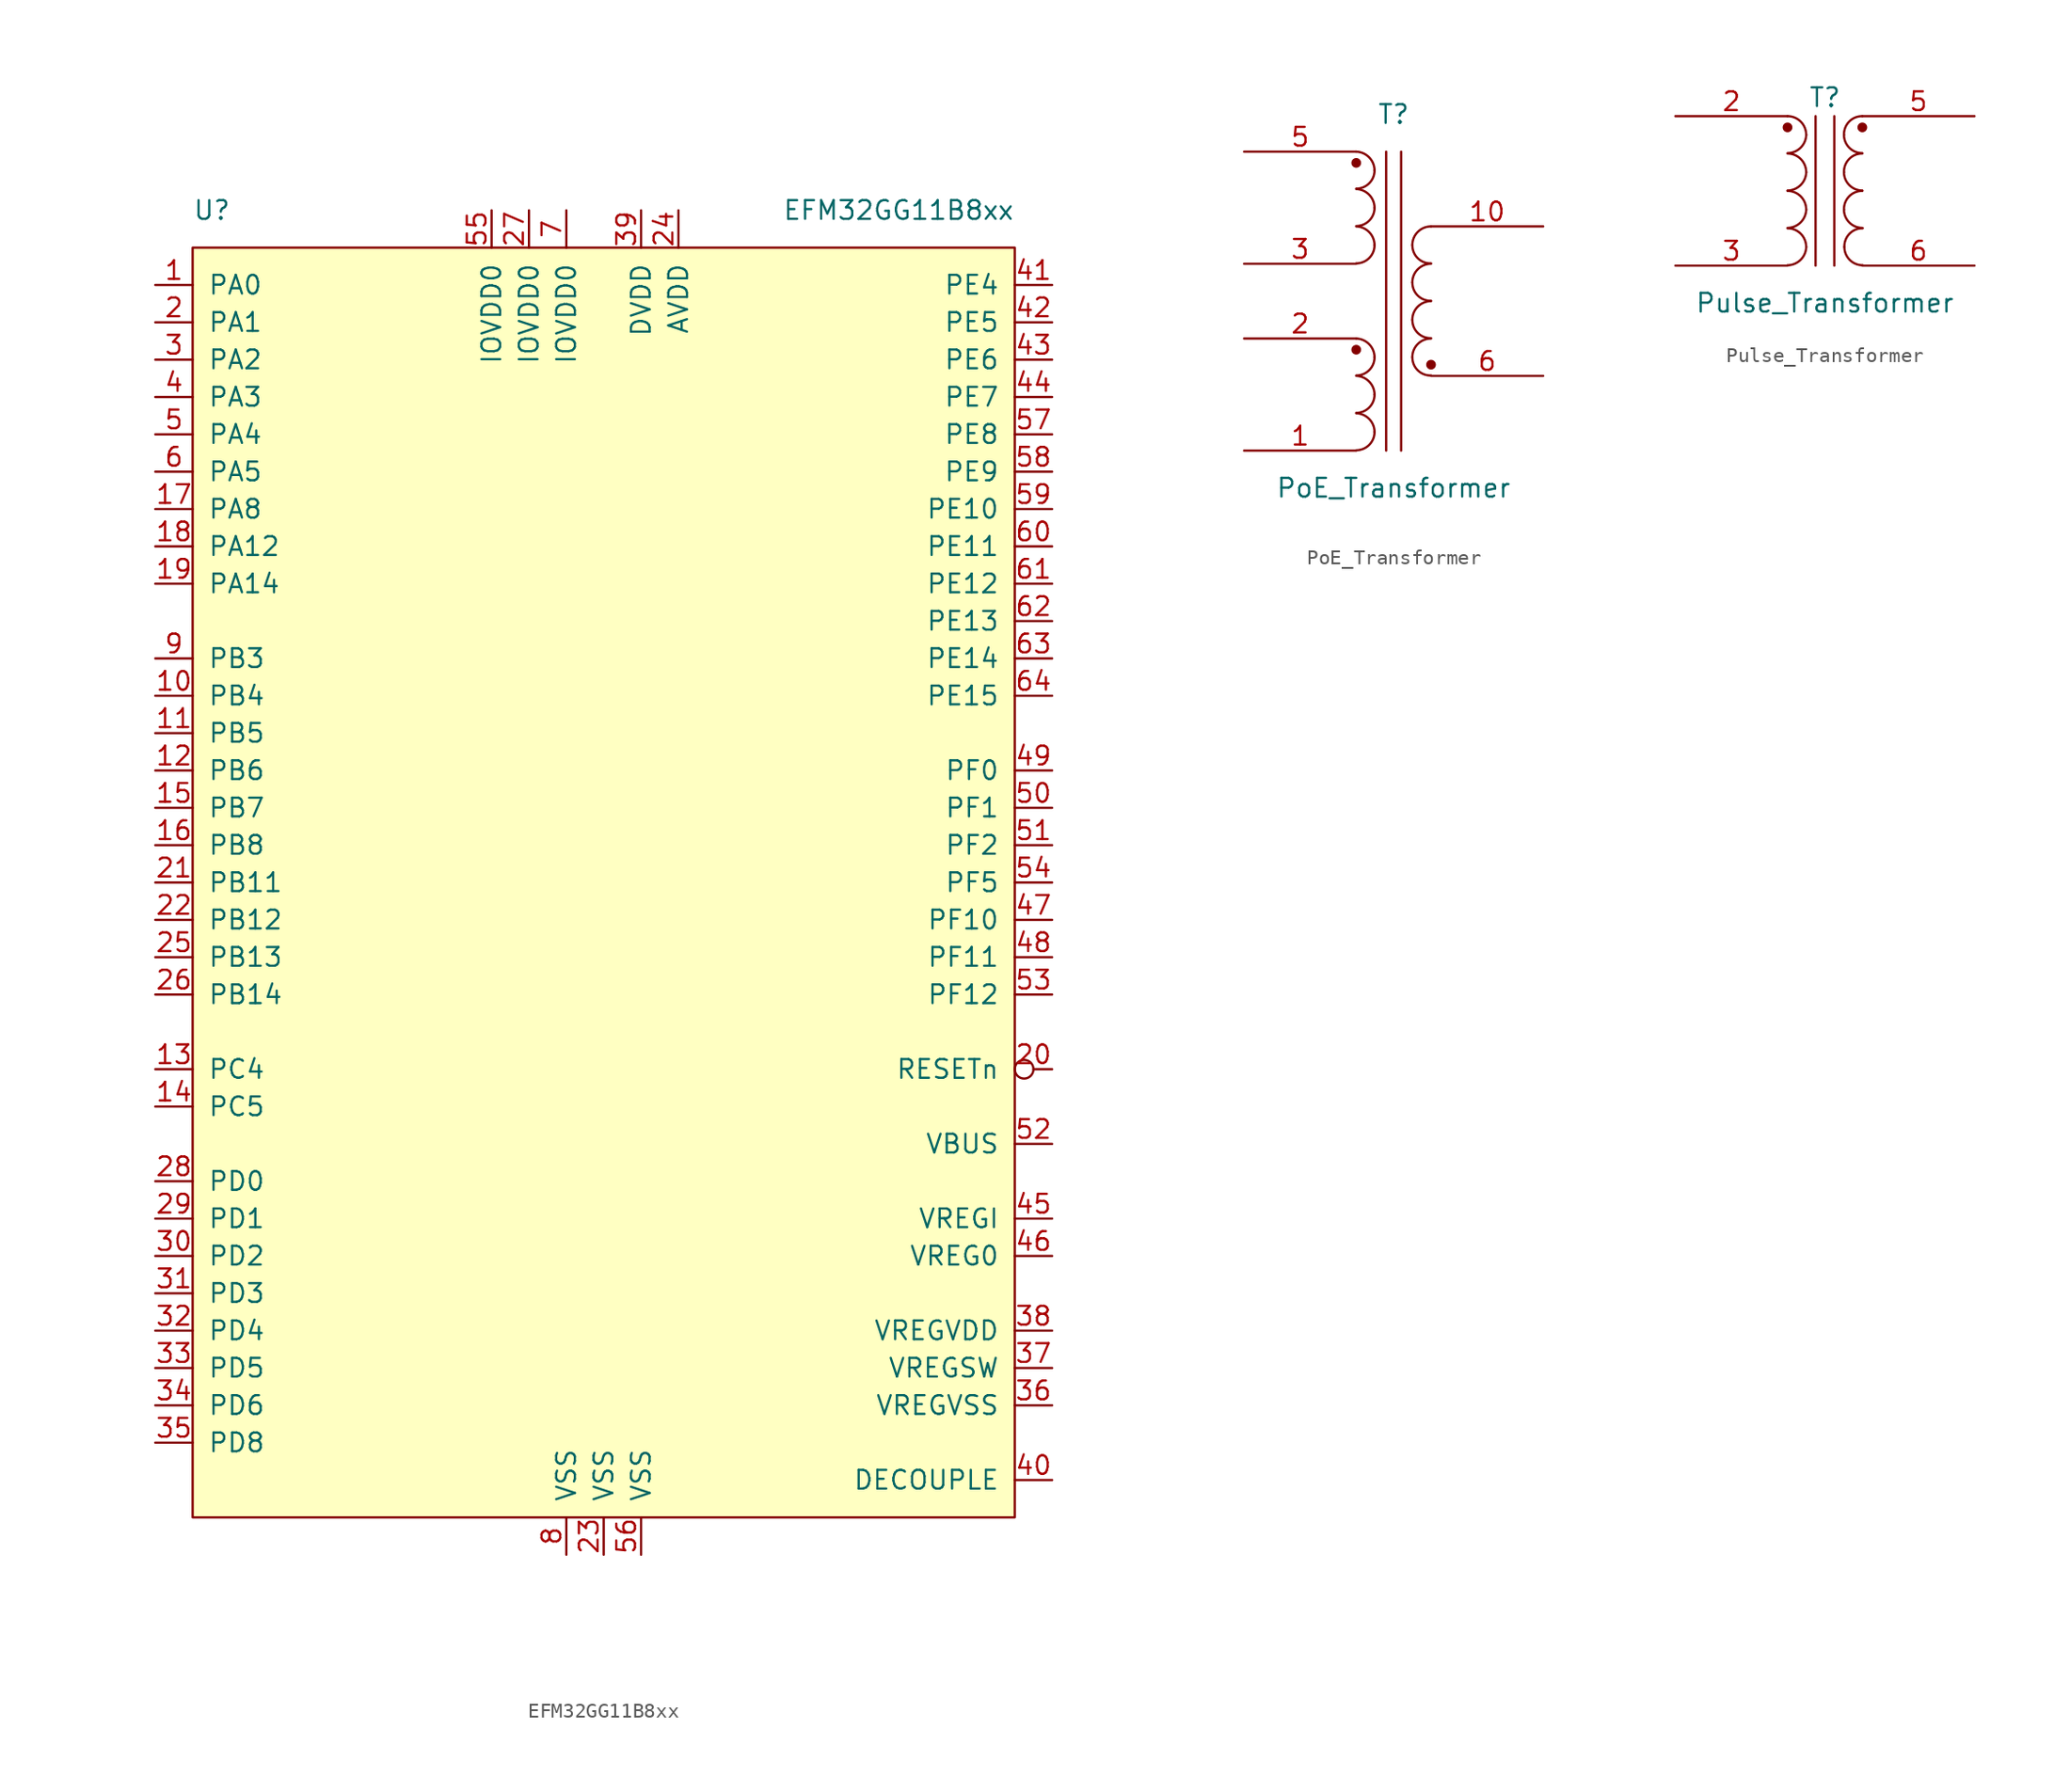
<source format=kicad_sym>
(kicad_symbol_lib
  (version 20211014)
  (generator kicad_symbol_editor)
  (symbol "EFM32GG11B8xx"
    (pin_names
      (offset 1.016))
    (property "Reference" "U"
      (at -27.94 45.72 0)
      (effects (font (size 1.27 1.27)) (justify left)))
    (property "Value" "EFM32GG11B8xx"
      (at 27.94 45.72 0)
      (effects (font (size 1.27 1.27)) (justify right)))
    (symbol "EFM32GG11B8xx_0_1"
      (rectangle (start -27.94 -43.18) (end 27.94 43.18) (stroke (width 0) (type default) (color 0 0 0 0)) (fill (type background))))
    (symbol "EFM32GG11B8xx_1_1"
      (pin bidirectional line (at -30.48 40.64 0) (length 2.54) (name "PA0" (effects (font (size 1.27 1.27)))) (number "1" (effects (font (size 1.27 1.27)))))
      (pin bidirectional line (at -30.48 12.7 0) (length 2.54) (name "PB4" (effects (font (size 1.27 1.27)))) (number "10" (effects (font (size 1.27 1.27)))))
      (pin bidirectional line (at -30.48 10.16 0) (length 2.54) (name "PB5" (effects (font (size 1.27 1.27)))) (number "11" (effects (font (size 1.27 1.27)))))
      (pin bidirectional line (at -30.48 7.62 0) (length 2.54) (name "PB6" (effects (font (size 1.27 1.27)))) (number "12" (effects (font (size 1.27 1.27)))))
      (pin bidirectional line (at -30.48 -12.7 0) (length 2.54) (name "PC4" (effects (font (size 1.27 1.27)))) (number "13" (effects (font (size 1.27 1.27)))))
      (pin bidirectional line (at -30.48 -15.24 0) (length 2.54) (name "PC5" (effects (font (size 1.27 1.27)))) (number "14" (effects (font (size 1.27 1.27)))))
      (pin bidirectional line (at -30.48 5.08 0) (length 2.54) (name "PB7" (effects (font (size 1.27 1.27)))) (number "15" (effects (font (size 1.27 1.27)))))
      (pin bidirectional line (at -30.48 2.54 0) (length 2.54) (name "PB8" (effects (font (size 1.27 1.27)))) (number "16" (effects (font (size 1.27 1.27)))))
      (pin bidirectional line (at -30.48 25.4 0) (length 2.54) (name "PA8" (effects (font (size 1.27 1.27)))) (number "17" (effects (font (size 1.27 1.27)))))
      (pin bidirectional line (at -30.48 22.86 0) (length 2.54) (name "PA12" (effects (font (size 1.27 1.27)))) (number "18" (effects (font (size 1.27 1.27)))))
      (pin bidirectional line (at -30.48 20.32 0) (length 2.54) (name "PA14" (effects (font (size 1.27 1.27)))) (number "19" (effects (font (size 1.27 1.27)))))
      (pin bidirectional line (at -30.48 38.1 0) (length 2.54) (name "PA1" (effects (font (size 1.27 1.27)))) (number "2" (effects (font (size 1.27 1.27)))))
      (pin input inverted (at 30.48 -12.7 180) (length 2.54) (name "RESETn" (effects (font (size 1.27 1.27)))) (number "20" (effects (font (size 1.27 1.27)))))
      (pin bidirectional line (at -30.48 0 0) (length 2.54) (name "PB11" (effects (font (size 1.27 1.27)))) (number "21" (effects (font (size 1.27 1.27)))))
      (pin bidirectional line (at -30.48 -2.54 0) (length 2.54) (name "PB12" (effects (font (size 1.27 1.27)))) (number "22" (effects (font (size 1.27 1.27)))))
      (pin power_in line (at 0 -45.72 90) (length 2.54) (name "VSS" (effects (font (size 1.27 1.27)))) (number "23" (effects (font (size 1.27 1.27)))))
      (pin power_in line (at 5.08 45.72 270) (length 2.54) (name "AVDD" (effects (font (size 1.27 1.27)))) (number "24" (effects (font (size 1.27 1.27)))))
      (pin bidirectional line (at -30.48 -5.08 0) (length 2.54) (name "PB13" (effects (font (size 1.27 1.27)))) (number "25" (effects (font (size 1.27 1.27)))))
      (pin bidirectional line (at -30.48 -7.62 0) (length 2.54) (name "PB14" (effects (font (size 1.27 1.27)))) (number "26" (effects (font (size 1.27 1.27)))))
      (pin power_in line (at -5.08 45.72 270) (length 2.54) (name "IOVDD0" (effects (font (size 1.27 1.27)))) (number "27" (effects (font (size 1.27 1.27)))))
      (pin bidirectional line (at -30.48 -20.32 0) (length 2.54) (name "PD0" (effects (font (size 1.27 1.27)))) (number "28" (effects (font (size 1.27 1.27)))))
      (pin bidirectional line (at -30.48 -22.86 0) (length 2.54) (name "PD1" (effects (font (size 1.27 1.27)))) (number "29" (effects (font (size 1.27 1.27)))))
      (pin bidirectional line (at -30.48 35.56 0) (length 2.54) (name "PA2" (effects (font (size 1.27 1.27)))) (number "3" (effects (font (size 1.27 1.27)))))
      (pin bidirectional line (at -30.48 -25.4 0) (length 2.54) (name "PD2" (effects (font (size 1.27 1.27)))) (number "30" (effects (font (size 1.27 1.27)))))
      (pin bidirectional line (at -30.48 -27.94 0) (length 2.54) (name "PD3" (effects (font (size 1.27 1.27)))) (number "31" (effects (font (size 1.27 1.27)))))
      (pin bidirectional line (at -30.48 -30.48 0) (length 2.54) (name "PD4" (effects (font (size 1.27 1.27)))) (number "32" (effects (font (size 1.27 1.27)))))
      (pin bidirectional line (at -30.48 -33.02 0) (length 2.54) (name "PD5" (effects (font (size 1.27 1.27)))) (number "33" (effects (font (size 1.27 1.27)))))
      (pin bidirectional line (at -30.48 -35.56 0) (length 2.54) (name "PD6" (effects (font (size 1.27 1.27)))) (number "34" (effects (font (size 1.27 1.27)))))
      (pin bidirectional line (at -30.48 -38.1 0) (length 2.54) (name "PD8" (effects (font (size 1.27 1.27)))) (number "35" (effects (font (size 1.27 1.27)))))
      (pin power_in line (at 30.48 -35.56 180) (length 2.54) (name "VREGVSS" (effects (font (size 1.27 1.27)))) (number "36" (effects (font (size 1.27 1.27)))))
      (pin power_in line (at 30.48 -33.02 180) (length 2.54) (name "VREGSW" (effects (font (size 1.27 1.27)))) (number "37" (effects (font (size 1.27 1.27)))))
      (pin power_in line (at 30.48 -30.48 180) (length 2.54) (name "VREGVDD" (effects (font (size 1.27 1.27)))) (number "38" (effects (font (size 1.27 1.27)))))
      (pin power_in line (at 2.54 45.72 270) (length 2.54) (name "DVDD" (effects (font (size 1.27 1.27)))) (number "39" (effects (font (size 1.27 1.27)))))
      (pin bidirectional line (at -30.48 33.02 0) (length 2.54) (name "PA3" (effects (font (size 1.27 1.27)))) (number "4" (effects (font (size 1.27 1.27)))))
      (pin power_in line (at 30.48 -40.64 180) (length 2.54) (name "DECOUPLE" (effects (font (size 1.27 1.27)))) (number "40" (effects (font (size 1.27 1.27)))))
      (pin bidirectional line (at 30.48 40.64 180) (length 2.54) (name "PE4" (effects (font (size 1.27 1.27)))) (number "41" (effects (font (size 1.27 1.27)))))
      (pin bidirectional line (at 30.48 38.1 180) (length 2.54) (name "PE5" (effects (font (size 1.27 1.27)))) (number "42" (effects (font (size 1.27 1.27)))))
      (pin bidirectional line (at 30.48 35.56 180) (length 2.54) (name "PE6" (effects (font (size 1.27 1.27)))) (number "43" (effects (font (size 1.27 1.27)))))
      (pin bidirectional line (at 30.48 33.02 180) (length 2.54) (name "PE7" (effects (font (size 1.27 1.27)))) (number "44" (effects (font (size 1.27 1.27)))))
      (pin power_in line (at 30.48 -22.86 180) (length 2.54) (name "VREGI" (effects (font (size 1.27 1.27)))) (number "45" (effects (font (size 1.27 1.27)))))
      (pin power_out line (at 30.48 -25.4 180) (length 2.54) (name "VREG0" (effects (font (size 1.27 1.27)))) (number "46" (effects (font (size 1.27 1.27)))))
      (pin bidirectional line (at 30.48 -2.54 180) (length 2.54) (name "PF10" (effects (font (size 1.27 1.27)))) (number "47" (effects (font (size 1.27 1.27)))))
      (pin bidirectional line (at 30.48 -5.08 180) (length 2.54) (name "PF11" (effects (font (size 1.27 1.27)))) (number "48" (effects (font (size 1.27 1.27)))))
      (pin bidirectional line (at 30.48 7.62 180) (length 2.54) (name "PF0" (effects (font (size 1.27 1.27)))) (number "49" (effects (font (size 1.27 1.27)))))
      (pin bidirectional line (at -30.48 30.48 0) (length 2.54) (name "PA4" (effects (font (size 1.27 1.27)))) (number "5" (effects (font (size 1.27 1.27)))))
      (pin bidirectional line (at 30.48 5.08 180) (length 2.54) (name "PF1" (effects (font (size 1.27 1.27)))) (number "50" (effects (font (size 1.27 1.27)))))
      (pin bidirectional line (at 30.48 2.54 180) (length 2.54) (name "PF2" (effects (font (size 1.27 1.27)))) (number "51" (effects (font (size 1.27 1.27)))))
      (pin power_in line (at 30.48 -17.78 180) (length 2.54) (name "VBUS" (effects (font (size 1.27 1.27)))) (number "52" (effects (font (size 1.27 1.27)))))
      (pin bidirectional line (at 30.48 -7.62 180) (length 2.54) (name "PF12" (effects (font (size 1.27 1.27)))) (number "53" (effects (font (size 1.27 1.27)))))
      (pin bidirectional line (at 30.48 0 180) (length 2.54) (name "PF5" (effects (font (size 1.27 1.27)))) (number "54" (effects (font (size 1.27 1.27)))))
      (pin power_in line (at -7.62 45.72 270) (length 2.54) (name "IOVDD0" (effects (font (size 1.27 1.27)))) (number "55" (effects (font (size 1.27 1.27)))))
      (pin power_in line (at 2.54 -45.72 90) (length 2.54) (name "VSS" (effects (font (size 1.27 1.27)))) (number "56" (effects (font (size 1.27 1.27)))))
      (pin bidirectional line (at 30.48 30.48 180) (length 2.54) (name "PE8" (effects (font (size 1.27 1.27)))) (number "57" (effects (font (size 1.27 1.27)))))
      (pin bidirectional line (at 30.48 27.94 180) (length 2.54) (name "PE9" (effects (font (size 1.27 1.27)))) (number "58" (effects (font (size 1.27 1.27)))))
      (pin bidirectional line (at 30.48 25.4 180) (length 2.54) (name "PE10" (effects (font (size 1.27 1.27)))) (number "59" (effects (font (size 1.27 1.27)))))
      (pin bidirectional line (at -30.48 27.94 0) (length 2.54) (name "PA5" (effects (font (size 1.27 1.27)))) (number "6" (effects (font (size 1.27 1.27)))))
      (pin bidirectional line (at 30.48 22.86 180) (length 2.54) (name "PE11" (effects (font (size 1.27 1.27)))) (number "60" (effects (font (size 1.27 1.27)))))
      (pin bidirectional line (at 30.48 20.32 180) (length 2.54) (name "PE12" (effects (font (size 1.27 1.27)))) (number "61" (effects (font (size 1.27 1.27)))))
      (pin bidirectional line (at 30.48 17.78 180) (length 2.54) (name "PE13" (effects (font (size 1.27 1.27)))) (number "62" (effects (font (size 1.27 1.27)))))
      (pin bidirectional line (at 30.48 15.24 180) (length 2.54) (name "PE14" (effects (font (size 1.27 1.27)))) (number "63" (effects (font (size 1.27 1.27)))))
      (pin bidirectional line (at 30.48 12.7 180) (length 2.54) (name "PE15" (effects (font (size 1.27 1.27)))) (number "64" (effects (font (size 1.27 1.27)))))
      (pin power_in line (at -2.54 45.72 270) (length 2.54) (name "IOVDD0" (effects (font (size 1.27 1.27)))) (number "7" (effects (font (size 1.27 1.27)))))
      (pin power_in line (at -2.54 -45.72 90) (length 2.54) (name "VSS" (effects (font (size 1.27 1.27)))) (number "8" (effects (font (size 1.27 1.27)))))
      (pin bidirectional line (at -30.48 15.24 0) (length 2.54) (name "PB3" (effects (font (size 1.27 1.27)))) (number "9" (effects (font (size 1.27 1.27)))))))
  (symbol "PoE_Transformer"
    (pin_names
      (offset 1.016) hide)
    (property "Reference" "T"
      (at 0 12.7 0)
      (effects (font (size 1.27 1.27))))
    (property "Value" "PoE_Transformer"
      (at 0 -12.7 0)
      (effects (font (size 1.27 1.27))))
    (symbol "PoE_Transformer_0_1"
      (arc (start -2.54 -10.1346) (mid -1.6599 -9.7701) (end -1.2954 -8.89) (stroke (width 0) (type default) (color 0 0 0 0)) (fill (type none)))
      (arc (start -2.54 -7.5946) (mid -1.6599 -7.2301) (end -1.2954 -6.35) (stroke (width 0) (type default) (color 0 0 0 0)) (fill (type none)))
      (arc (start -2.54 -5.0546) (mid -1.6599 -4.6901) (end -1.2954 -3.81) (stroke (width 0) (type default) (color 0 0 0 0)) (fill (type none)))
      (circle (center -2.54 -3.302) (radius 0.254) (stroke (width 0) (type default) (color 0 0 0 0)) (fill (type outline)))
      (arc (start -2.54 2.5654) (mid -1.6599 2.9299) (end -1.2954 3.81) (stroke (width 0) (type default) (color 0 0 0 0)) (fill (type none)))
      (arc (start -2.54 5.1054) (mid -1.6599 5.4699) (end -1.2954 6.35) (stroke (width 0) (type default) (color 0 0 0 0)) (fill (type none)))
      (arc (start -2.54 7.6454) (mid -1.6599 8.0099) (end -1.2954 8.89) (stroke (width 0) (type default) (color 0 0 0 0)) (fill (type none)))
      (circle (center -2.54 9.398) (radius 0.254) (stroke (width 0) (type default) (color 0 0 0 0)) (fill (type outline)))
      (arc (start -1.2954 -8.89) (mid -1.6599 -8.0099) (end -2.54 -7.62) (stroke (width 0) (type default) (color 0 0 0 0)) (fill (type none)))
      (arc (start -1.2954 -6.35) (mid -1.6599 -5.4699) (end -2.54 -5.08) (stroke (width 0) (type default) (color 0 0 0 0)) (fill (type none)))
      (arc (start -1.2954 -3.81) (mid -1.6599 -2.9299) (end -2.54 -2.54) (stroke (width 0) (type default) (color 0 0 0 0)) (fill (type none)))
      (arc (start -1.2954 3.81) (mid -1.6599 4.6901) (end -2.54 5.08) (stroke (width 0) (type default) (color 0 0 0 0)) (fill (type none)))
      (arc (start -1.2954 6.35) (mid -1.6599 7.2301) (end -2.54 7.62) (stroke (width 0) (type default) (color 0 0 0 0)) (fill (type none)))
      (arc (start -1.2954 8.89) (mid -1.6599 9.7701) (end -2.54 10.16) (stroke (width 0) (type default) (color 0 0 0 0)) (fill (type none)))
      (polyline (pts (xy -0.508 10.16) (xy -0.508 -10.16)) (stroke (width 0) (type default) (color 0 0 0 0)) (fill (type none)))
      (polyline (pts (xy 0.508 -10.16) (xy 0.508 10.16)) (stroke (width 0) (type default) (color 0 0 0 0)) (fill (type none)))
      (arc (start 1.27 -3.81) (mid 1.642 -4.708) (end 2.54 -5.0546) (stroke (width 0) (type default) (color 0 0 0 0)) (fill (type none)))
      (arc (start 1.27 -1.27) (mid 1.642 -2.168) (end 2.54 -2.5146) (stroke (width 0) (type default) (color 0 0 0 0)) (fill (type none)))
      (arc (start 1.27 1.27) (mid 1.642 0.372) (end 2.54 0.0254) (stroke (width 0) (type default) (color 0 0 0 0)) (fill (type none)))
      (arc (start 1.27 3.81) (mid 1.642 2.912) (end 2.54 2.5654) (stroke (width 0) (type default) (color 0 0 0 0)) (fill (type none)))
      (circle (center 2.54 -4.318) (radius 0.254) (stroke (width 0) (type default) (color 0 0 0 0)) (fill (type outline)))
      (arc (start 2.54 -2.54) (mid 1.642 -2.912) (end 1.27 -3.81) (stroke (width 0) (type default) (color 0 0 0 0)) (fill (type none)))
      (arc (start 2.54 0) (mid 1.642 -0.372) (end 1.27 -1.27) (stroke (width 0) (type default) (color 0 0 0 0)) (fill (type none)))
      (arc (start 2.54 2.54) (mid 1.642 2.168) (end 1.27 1.27) (stroke (width 0) (type default) (color 0 0 0 0)) (fill (type none)))
      (arc (start 2.54 5.08) (mid 1.642 4.708) (end 1.27 3.81) (stroke (width 0) (type default) (color 0 0 0 0)) (fill (type none))))
    (symbol "PoE_Transformer_1_1"
      (pin passive line (at -10.16 -10.16 0) (length 7.62) (name "SD" (effects (font (size 1.27 1.27)))) (number "1" (effects (font (size 1.27 1.27)))))
      (pin passive line (at 10.16 5.08 180) (length 7.62) (name "AA" (effects (font (size 1.27 1.27)))) (number "10" (effects (font (size 1.27 1.27)))))
      (pin passive line (at -10.16 -2.54 0) (length 7.62) (name "SC" (effects (font (size 1.27 1.27)))) (number "2" (effects (font (size 1.27 1.27)))))
      (pin passive line (at -10.16 2.54 0) (length 7.62) (name "SB" (effects (font (size 1.27 1.27)))) (number "3" (effects (font (size 1.27 1.27)))))
      (pin passive line (at -10.16 10.16 0) (length 7.62) (name "SA" (effects (font (size 1.27 1.27)))) (number "5" (effects (font (size 1.27 1.27)))))
      (pin passive line (at 10.16 -5.08 180) (length 7.62) (name "AB" (effects (font (size 1.27 1.27)))) (number "6" (effects (font (size 1.27 1.27)))))))
  (symbol "Pulse_Transformer"
    (pin_names
      (offset 1.016) hide)
    (property "Reference" "T"
      (at 0 6.35 0)
      (effects (font (size 1.27 1.27))))
    (property "Value" "Pulse_Transformer"
      (at 0 -7.62 0)
      (effects (font (size 1.27 1.27))))
    (symbol "Pulse_Transformer_0_1"
      (arc (start -2.54 -5.0546) (mid -1.6599 -4.6901) (end -1.27 -3.81) (stroke (width 0) (type default) (color 0 0 0 0)) (fill (type none)))
      (arc (start -2.54 -2.5146) (mid -1.6599 -2.1501) (end -1.27 -1.27) (stroke (width 0) (type default) (color 0 0 0 0)) (fill (type none)))
      (arc (start -2.54 0.0254) (mid -1.6599 0.3899) (end -1.27 1.27) (stroke (width 0) (type default) (color 0 0 0 0)) (fill (type none)))
      (arc (start -2.54 2.5654) (mid -1.6599 2.9299) (end -1.27 3.81) (stroke (width 0) (type default) (color 0 0 0 0)) (fill (type none)))
      (circle (center -2.54 4.318) (radius 0.254) (stroke (width 0) (type default) (color 0 0 0 0)) (fill (type outline)))
      (arc (start -1.27 -3.81) (mid -1.642 -2.912) (end -2.54 -2.54) (stroke (width 0) (type default) (color 0 0 0 0)) (fill (type none)))
      (arc (start -1.27 -1.27) (mid -1.642 -0.372) (end -2.54 0) (stroke (width 0) (type default) (color 0 0 0 0)) (fill (type none)))
      (arc (start -1.27 1.27) (mid -1.642 2.168) (end -2.54 2.54) (stroke (width 0) (type default) (color 0 0 0 0)) (fill (type none)))
      (arc (start -1.27 3.81) (mid -1.642 4.708) (end -2.54 5.08) (stroke (width 0) (type default) (color 0 0 0 0)) (fill (type none)))
      (polyline (pts (xy -0.635 5.08) (xy -0.635 -5.08)) (stroke (width 0) (type default) (color 0 0 0 0)) (fill (type none)))
      (polyline (pts (xy 0.635 -5.08) (xy 0.635 5.08)) (stroke (width 0) (type default) (color 0 0 0 0)) (fill (type none)))
      (arc (start 1.2954 -1.27) (mid 1.6599 -2.1501) (end 2.54 -2.5146) (stroke (width 0) (type default) (color 0 0 0 0)) (fill (type none)))
      (arc (start 1.2954 1.27) (mid 1.6599 0.3899) (end 2.54 0.0254) (stroke (width 0) (type default) (color 0 0 0 0)) (fill (type none)))
      (arc (start 1.2954 3.81) (mid 1.6599 2.9299) (end 2.54 2.5654) (stroke (width 0) (type default) (color 0 0 0 0)) (fill (type none)))
      (arc (start 1.3208 -3.81) (mid 1.6853 -4.6901) (end 2.5654 -5.0546) (stroke (width 0) (type default) (color 0 0 0 0)) (fill (type none)))
      (arc (start 2.54 0) (mid 1.642 -0.372) (end 1.2954 -1.27) (stroke (width 0) (type default) (color 0 0 0 0)) (fill (type none)))
      (arc (start 2.54 2.54) (mid 1.642 2.168) (end 1.2954 1.27) (stroke (width 0) (type default) (color 0 0 0 0)) (fill (type none)))
      (circle (center 2.54 4.318) (radius 0.254) (stroke (width 0) (type default) (color 0 0 0 0)) (fill (type outline)))
      (arc (start 2.54 5.08) (mid 1.642 4.708) (end 1.2954 3.81) (stroke (width 0) (type default) (color 0 0 0 0)) (fill (type none)))
      (arc (start 2.5654 -2.54) (mid 1.6674 -2.912) (end 1.3208 -3.81) (stroke (width 0) (type default) (color 0 0 0 0)) (fill (type none))))
    (symbol "Pulse_Transformer_1_1"
      (pin passive line (at -10.16 5.08 0) (length 7.62) (name "AA" (effects (font (size 1.27 1.27)))) (number "2" (effects (font (size 1.27 1.27)))))
      (pin passive line (at -10.16 -5.08 0) (length 7.62) (name "AB" (effects (font (size 1.27 1.27)))) (number "3" (effects (font (size 1.27 1.27)))))
      (pin passive line (at 10.16 5.08 180) (length 7.62) (name "SB" (effects (font (size 1.27 1.27)))) (number "5" (effects (font (size 1.27 1.27)))))
      (pin passive line (at 10.16 -5.08 180) (length 7.62) (name "SA" (effects (font (size 1.27 1.27)))) (number "6" (effects (font (size 1.27 1.27))))))))
</source>
